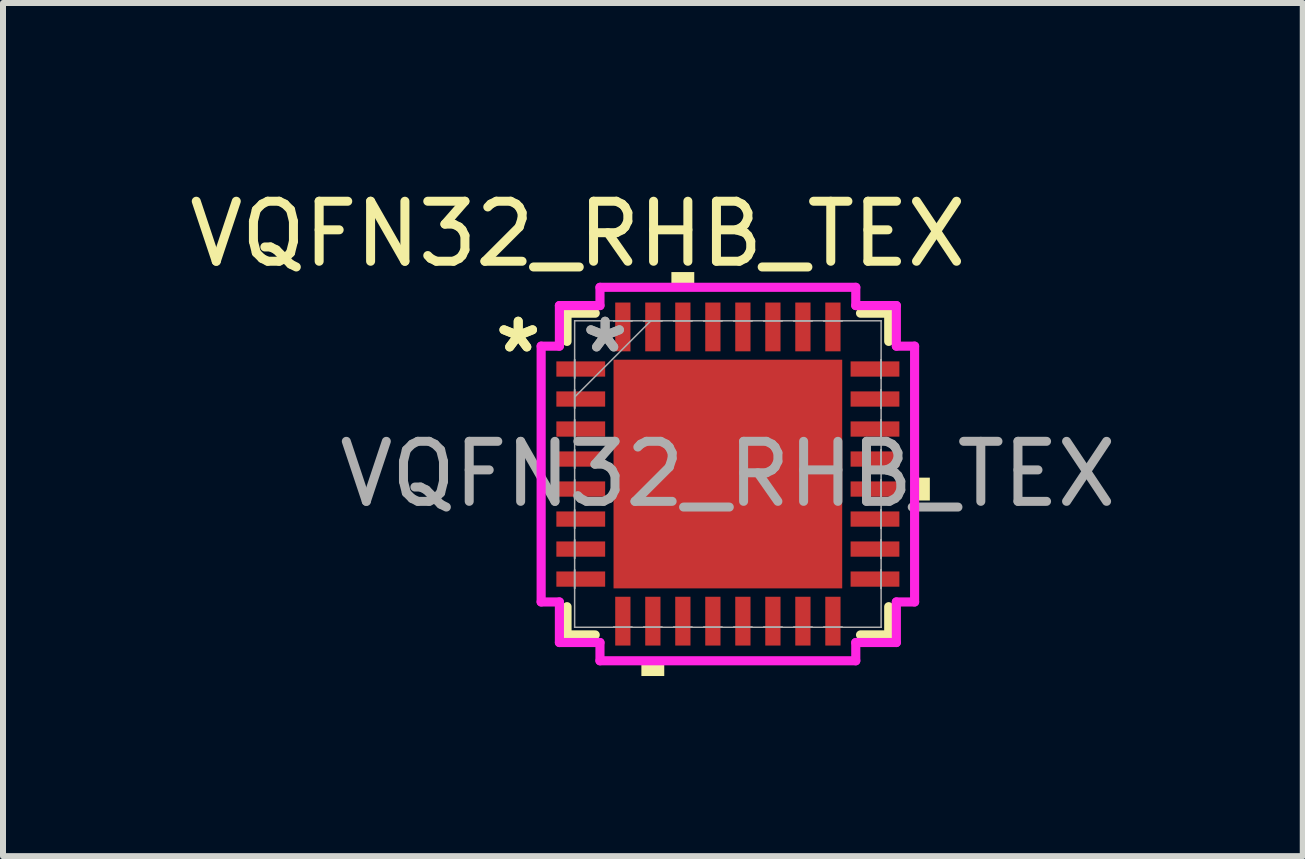
<source format=kicad_pcb>
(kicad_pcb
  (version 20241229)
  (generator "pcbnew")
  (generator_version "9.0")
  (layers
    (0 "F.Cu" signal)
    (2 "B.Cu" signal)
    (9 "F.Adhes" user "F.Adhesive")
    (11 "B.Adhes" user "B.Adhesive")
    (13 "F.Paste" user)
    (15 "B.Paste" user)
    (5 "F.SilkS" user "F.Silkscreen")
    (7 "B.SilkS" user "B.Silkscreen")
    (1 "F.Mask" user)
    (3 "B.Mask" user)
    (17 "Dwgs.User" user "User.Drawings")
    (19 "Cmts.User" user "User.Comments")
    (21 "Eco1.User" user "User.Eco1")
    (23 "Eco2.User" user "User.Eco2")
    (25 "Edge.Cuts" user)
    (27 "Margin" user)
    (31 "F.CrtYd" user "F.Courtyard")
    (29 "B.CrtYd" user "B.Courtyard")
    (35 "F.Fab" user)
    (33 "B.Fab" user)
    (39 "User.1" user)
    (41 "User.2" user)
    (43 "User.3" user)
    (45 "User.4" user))
  (footprint "VQFN32_RHB_TEX"
    (layer "F.Cu")
    (at 9.077 4.848)
    (property "Reference" "VQFN32_RHB_TEX" (at -2.5 -4 0) (unlocked yes) (layer "F.SilkS") (effects (font (size 1 1) (thickness 0.15))))
    (attr smd)
    (fp_line (start -2.68 -2.68) (end -2.68 -2.21) (stroke (width 0.152) (type solid)) (layer "F.SilkS"))
    (fp_line (start -2.68 2.21) (end -2.68 2.68) (stroke (width 0.152) (type solid)) (layer "F.SilkS"))
    (fp_line (start -2.68 2.68) (end -2.21 2.68) (stroke (width 0.152) (type solid)) (layer "F.SilkS"))
    (fp_line (start -2.21 -2.68) (end -2.68 -2.68) (stroke (width 0.152) (type solid)) (layer "F.SilkS"))
    (fp_line (start 2.21 2.68) (end 2.68 2.68) (stroke (width 0.152) (type solid)) (layer "F.SilkS"))
    (fp_line (start 2.68 -2.68) (end 2.21 -2.68) (stroke (width 0.152) (type solid)) (layer "F.SilkS"))
    (fp_line (start 2.68 -2.21) (end 2.68 -2.68) (stroke (width 0.152) (type solid)) (layer "F.SilkS"))
    (fp_line (start 2.68 2.68) (end 2.68 2.21) (stroke (width 0.152) (type solid)) (layer "F.SilkS"))
    (fp_poly (pts (xy -1.441 3.111) (xy -1.441 3.365) (xy -1.06 3.365) (xy -1.06 3.111)) (stroke (width 0) (type solid)) (fill yes) (layer "F.SilkS"))
    (fp_poly (pts (xy -0.941 -3.111) (xy -0.941 -3.365) (xy -0.56 -3.365) (xy -0.56 -3.111)) (stroke (width 0) (type solid)) (fill yes) (layer "F.SilkS"))
    (fp_poly (pts (xy 3.365 0.06) (xy 3.365 0.441) (xy 3.111 0.441) (xy 3.111 0.06)) (stroke (width 0) (type solid)) (fill yes) (layer "F.SilkS"))
    (fp_poly (pts (xy -1.805 -1.805) (xy -1.805 -0.735) (xy -0.735 -0.735) (xy -0.735 -1.805)) (stroke (width 0) (type solid)) (fill yes) (layer "F.Paste"))
    (fp_poly (pts (xy -1.805 -0.535) (xy -1.805 0.535) (xy -0.735 0.535) (xy -0.735 -0.535)) (stroke (width 0) (type solid)) (fill yes) (layer "F.Paste"))
    (fp_poly (pts (xy -1.805 0.735) (xy -1.805 1.805) (xy -0.735 1.805) (xy -0.735 0.735)) (stroke (width 0) (type solid)) (fill yes) (layer "F.Paste"))
    (fp_poly (pts (xy -0.535 -1.805) (xy -0.535 -0.735) (xy 0.535 -0.735) (xy 0.535 -1.805)) (stroke (width 0) (type solid)) (fill yes) (layer "F.Paste"))
    (fp_poly (pts (xy -0.535 -0.535) (xy -0.535 0.535) (xy 0.535 0.535) (xy 0.535 -0.535)) (stroke (width 0) (type solid)) (fill yes) (layer "F.Paste"))
    (fp_poly (pts (xy -0.535 0.735) (xy -0.535 1.805) (xy 0.535 1.805) (xy 0.535 0.735)) (stroke (width 0) (type solid)) (fill yes) (layer "F.Paste"))
    (fp_poly (pts (xy 0.735 -1.805) (xy 0.735 -0.735) (xy 1.805 -0.735) (xy 1.805 -1.805)) (stroke (width 0) (type solid)) (fill yes) (layer "F.Paste"))
    (fp_poly (pts (xy 0.735 -0.535) (xy 0.735 0.535) (xy 1.805 0.535) (xy 1.805 -0.535)) (stroke (width 0) (type solid)) (fill yes) (layer "F.Paste"))
    (fp_poly (pts (xy 0.735 0.735) (xy 0.735 1.805) (xy 1.805 1.805) (xy 1.805 0.735)) (stroke (width 0) (type solid)) (fill yes) (layer "F.Paste"))
    (fp_line (start -3.111 -2.131) (end -2.807 -2.131) (stroke (width 0.152) (type solid)) (layer "F.CrtYd"))
    (fp_line (start -3.111 2.131) (end -3.111 -2.131) (stroke (width 0.152) (type solid)) (layer "F.CrtYd"))
    (fp_line (start -2.807 -2.807) (end -2.131 -2.807) (stroke (width 0.152) (type solid)) (layer "F.CrtYd"))
    (fp_line (start -2.807 -2.131) (end -2.807 -2.807) (stroke (width 0.152) (type solid)) (layer "F.CrtYd"))
    (fp_line (start -2.807 2.131) (end -3.111 2.131) (stroke (width 0.152) (type solid)) (layer "F.CrtYd"))
    (fp_line (start -2.807 2.807) (end -2.807 2.131) (stroke (width 0.152) (type solid)) (layer "F.CrtYd"))
    (fp_line (start -2.131 -3.111) (end 2.131 -3.111) (stroke (width 0.152) (type solid)) (layer "F.CrtYd"))
    (fp_line (start -2.131 -2.807) (end -2.131 -3.111) (stroke (width 0.152) (type solid)) (layer "F.CrtYd"))
    (fp_line (start -2.131 2.807) (end -2.807 2.807) (stroke (width 0.152) (type solid)) (layer "F.CrtYd"))
    (fp_line (start -2.131 3.111) (end -2.131 2.807) (stroke (width 0.152) (type solid)) (layer "F.CrtYd"))
    (fp_line (start 2.131 -3.111) (end 2.131 -2.807) (stroke (width 0.152) (type solid)) (layer "F.CrtYd"))
    (fp_line (start 2.131 -2.807) (end 2.807 -2.807) (stroke (width 0.152) (type solid)) (layer "F.CrtYd"))
    (fp_line (start 2.131 2.807) (end 2.131 3.111) (stroke (width 0.152) (type solid)) (layer "F.CrtYd"))
    (fp_line (start 2.131 3.111) (end -2.131 3.111) (stroke (width 0.152) (type solid)) (layer "F.CrtYd"))
    (fp_line (start 2.807 -2.807) (end 2.807 -2.131) (stroke (width 0.152) (type solid)) (layer "F.CrtYd"))
    (fp_line (start 2.807 -2.131) (end 3.111 -2.131) (stroke (width 0.152) (type solid)) (layer "F.CrtYd"))
    (fp_line (start 2.807 2.131) (end 2.807 2.807) (stroke (width 0.152) (type solid)) (layer "F.CrtYd"))
    (fp_line (start 2.807 2.807) (end 2.131 2.807) (stroke (width 0.152) (type solid)) (layer "F.CrtYd"))
    (fp_line (start 3.111 -2.131) (end 3.111 2.131) (stroke (width 0.152) (type solid)) (layer "F.CrtYd"))
    (fp_line (start 3.111 2.131) (end 2.807 2.131) (stroke (width 0.152) (type solid)) (layer "F.CrtYd"))
    (fp_line (start -2.553 -2.553) (end -2.553 -2.553) (stroke (width 0.025) (type solid)) (layer "F.Fab"))
    (fp_line (start -2.553 -2.553) (end -2.553 2.553) (stroke (width 0.025) (type solid)) (layer "F.Fab"))
    (fp_line (start -2.553 -1.903) (end -2.553 -1.903) (stroke (width 0.025) (type solid)) (layer "F.Fab"))
    (fp_line (start -2.553 -1.903) (end -2.553 -1.598) (stroke (width 0.025) (type solid)) (layer "F.Fab"))
    (fp_line (start -2.553 -1.598) (end -2.553 -1.903) (stroke (width 0.025) (type solid)) (layer "F.Fab"))
    (fp_line (start -2.553 -1.598) (end -2.553 -1.598) (stroke (width 0.025) (type solid)) (layer "F.Fab"))
    (fp_line (start -2.553 -1.403) (end -2.553 -1.403) (stroke (width 0.025) (type solid)) (layer "F.Fab"))
    (fp_line (start -2.553 -1.403) (end -2.553 -1.098) (stroke (width 0.025) (type solid)) (layer "F.Fab"))
    (fp_line (start -2.553 -1.283) (end -1.283 -2.553) (stroke (width 0.025) (type solid)) (layer "F.Fab"))
    (fp_line (start -2.553 -1.098) (end -2.553 -1.403) (stroke (width 0.025) (type solid)) (layer "F.Fab"))
    (fp_line (start -2.553 -1.098) (end -2.553 -1.098) (stroke (width 0.025) (type solid)) (layer "F.Fab"))
    (fp_line (start -2.553 -0.903) (end -2.553 -0.903) (stroke (width 0.025) (type solid)) (layer "F.Fab"))
    (fp_line (start -2.553 -0.903) (end -2.553 -0.598) (stroke (width 0.025) (type solid)) (layer "F.Fab"))
    (fp_line (start -2.553 -0.598) (end -2.553 -0.903) (stroke (width 0.025) (type solid)) (layer "F.Fab"))
    (fp_line (start -2.553 -0.598) (end -2.553 -0.598) (stroke (width 0.025) (type solid)) (layer "F.Fab"))
    (fp_line (start -2.553 -0.402) (end -2.553 -0.402) (stroke (width 0.025) (type solid)) (layer "F.Fab"))
    (fp_line (start -2.553 -0.402) (end -2.553 -0.098) (stroke (width 0.025) (type solid)) (layer "F.Fab"))
    (fp_line (start -2.553 -0.098) (end -2.553 -0.402) (stroke (width 0.025) (type solid)) (layer "F.Fab"))
    (fp_line (start -2.553 -0.098) (end -2.553 -0.098) (stroke (width 0.025) (type solid)) (layer "F.Fab"))
    (fp_line (start -2.553 0.098) (end -2.553 0.098) (stroke (width 0.025) (type solid)) (layer "F.Fab"))
    (fp_line (start -2.553 0.098) (end -2.553 0.402) (stroke (width 0.025) (type solid)) (layer "F.Fab"))
    (fp_line (start -2.553 0.402) (end -2.553 0.098) (stroke (width 0.025) (type solid)) (layer "F.Fab"))
    (fp_line (start -2.553 0.402) (end -2.553 0.402) (stroke (width 0.025) (type solid)) (layer "F.Fab"))
    (fp_line (start -2.553 0.598) (end -2.553 0.598) (stroke (width 0.025) (type solid)) (layer "F.Fab"))
    (fp_line (start -2.553 0.598) (end -2.553 0.903) (stroke (width 0.025) (type solid)) (layer "F.Fab"))
    (fp_line (start -2.553 0.903) (end -2.553 0.598) (stroke (width 0.025) (type solid)) (layer "F.Fab"))
    (fp_line (start -2.553 0.903) (end -2.553 0.903) (stroke (width 0.025) (type solid)) (layer "F.Fab"))
    (fp_line (start -2.553 1.098) (end -2.553 1.098) (stroke (width 0.025) (type solid)) (layer "F.Fab"))
    (fp_line (start -2.553 1.098) (end -2.553 1.403) (stroke (width 0.025) (type solid)) (layer "F.Fab"))
    (fp_line (start -2.553 1.403) (end -2.553 1.098) (stroke (width 0.025) (type solid)) (layer "F.Fab"))
    (fp_line (start -2.553 1.403) (end -2.553 1.403) (stroke (width 0.025) (type solid)) (layer "F.Fab"))
    (fp_line (start -2.553 1.598) (end -2.553 1.598) (stroke (width 0.025) (type solid)) (layer "F.Fab"))
    (fp_line (start -2.553 1.598) (end -2.553 1.903) (stroke (width 0.025) (type solid)) (layer "F.Fab"))
    (fp_line (start -2.553 1.903) (end -2.553 1.598) (stroke (width 0.025) (type solid)) (layer "F.Fab"))
    (fp_line (start -2.553 1.903) (end -2.553 1.903) (stroke (width 0.025) (type solid)) (layer "F.Fab"))
    (fp_line (start -2.553 2.553) (end -2.553 2.553) (stroke (width 0.025) (type solid)) (layer "F.Fab"))
    (fp_line (start -2.553 2.553) (end 2.553 2.553) (stroke (width 0.025) (type solid)) (layer "F.Fab"))
    (fp_line (start -1.903 -2.553) (end -1.903 -2.553) (stroke (width 0.025) (type solid)) (layer "F.Fab"))
    (fp_line (start -1.903 -2.553) (end -1.598 -2.553) (stroke (width 0.025) (type solid)) (layer "F.Fab"))
    (fp_line (start -1.903 2.553) (end -1.903 2.553) (stroke (width 0.025) (type solid)) (layer "F.Fab"))
    (fp_line (start -1.903 2.553) (end -1.598 2.553) (stroke (width 0.025) (type solid)) (layer "F.Fab"))
    (fp_line (start -1.598 -2.553) (end -1.903 -2.553) (stroke (width 0.025) (type solid)) (layer "F.Fab"))
    (fp_line (start -1.598 -2.553) (end -1.598 -2.553) (stroke (width 0.025) (type solid)) (layer "F.Fab"))
    (fp_line (start -1.598 2.553) (end -1.903 2.553) (stroke (width 0.025) (type solid)) (layer "F.Fab"))
    (fp_line (start -1.598 2.553) (end -1.598 2.553) (stroke (width 0.025) (type solid)) (layer "F.Fab"))
    (fp_line (start -1.403 -2.553) (end -1.403 -2.553) (stroke (width 0.025) (type solid)) (layer "F.Fab"))
    (fp_line (start -1.403 -2.553) (end -1.098 -2.553) (stroke (width 0.025) (type solid)) (layer "F.Fab"))
    (fp_line (start -1.403 2.553) (end -1.403 2.553) (stroke (width 0.025) (type solid)) (layer "F.Fab"))
    (fp_line (start -1.403 2.553) (end -1.098 2.553) (stroke (width 0.025) (type solid)) (layer "F.Fab"))
    (fp_line (start -1.098 -2.553) (end -1.403 -2.553) (stroke (width 0.025) (type solid)) (layer "F.Fab"))
    (fp_line (start -1.098 -2.553) (end -1.098 -2.553) (stroke (width 0.025) (type solid)) (layer "F.Fab"))
    (fp_line (start -1.098 2.553) (end -1.403 2.553) (stroke (width 0.025) (type solid)) (layer "F.Fab"))
    (fp_line (start -1.098 2.553) (end -1.098 2.553) (stroke (width 0.025) (type solid)) (layer "F.Fab"))
    (fp_line (start -0.903 -2.553) (end -0.903 -2.553) (stroke (width 0.025) (type solid)) (layer "F.Fab"))
    (fp_line (start -0.903 -2.553) (end -0.598 -2.553) (stroke (width 0.025) (type solid)) (layer "F.Fab"))
    (fp_line (start -0.903 2.553) (end -0.903 2.553) (stroke (width 0.025) (type solid)) (layer "F.Fab"))
    (fp_line (start -0.903 2.553) (end -0.598 2.553) (stroke (width 0.025) (type solid)) (layer "F.Fab"))
    (fp_line (start -0.598 -2.553) (end -0.903 -2.553) (stroke (width 0.025) (type solid)) (layer "F.Fab"))
    (fp_line (start -0.598 -2.553) (end -0.598 -2.553) (stroke (width 0.025) (type solid)) (layer "F.Fab"))
    (fp_line (start -0.598 2.553) (end -0.903 2.553) (stroke (width 0.025) (type solid)) (layer "F.Fab"))
    (fp_line (start -0.598 2.553) (end -0.598 2.553) (stroke (width 0.025) (type solid)) (layer "F.Fab"))
    (fp_line (start -0.402 -2.553) (end -0.402 -2.553) (stroke (width 0.025) (type solid)) (layer "F.Fab"))
    (fp_line (start -0.402 -2.553) (end -0.098 -2.553) (stroke (width 0.025) (type solid)) (layer "F.Fab"))
    (fp_line (start -0.402 2.553) (end -0.402 2.553) (stroke (width 0.025) (type solid)) (layer "F.Fab"))
    (fp_line (start -0.402 2.553) (end -0.098 2.553) (stroke (width 0.025) (type solid)) (layer "F.Fab"))
    (fp_line (start -0.098 -2.553) (end -0.402 -2.553) (stroke (width 0.025) (type solid)) (layer "F.Fab"))
    (fp_line (start -0.098 -2.553) (end -0.098 -2.553) (stroke (width 0.025) (type solid)) (layer "F.Fab"))
    (fp_line (start -0.098 2.553) (end -0.402 2.553) (stroke (width 0.025) (type solid)) (layer "F.Fab"))
    (fp_line (start -0.098 2.553) (end -0.098 2.553) (stroke (width 0.025) (type solid)) (layer "F.Fab"))
    (fp_line (start 0.098 -2.553) (end 0.098 -2.553) (stroke (width 0.025) (type solid)) (layer "F.Fab"))
    (fp_line (start 0.098 -2.553) (end 0.402 -2.553) (stroke (width 0.025) (type solid)) (layer "F.Fab"))
    (fp_line (start 0.098 2.553) (end 0.098 2.553) (stroke (width 0.025) (type solid)) (layer "F.Fab"))
    (fp_line (start 0.098 2.553) (end 0.402 2.553) (stroke (width 0.025) (type solid)) (layer "F.Fab"))
    (fp_line (start 0.402 -2.553) (end 0.098 -2.553) (stroke (width 0.025) (type solid)) (layer "F.Fab"))
    (fp_line (start 0.402 -2.553) (end 0.402 -2.553) (stroke (width 0.025) (type solid)) (layer "F.Fab"))
    (fp_line (start 0.402 2.553) (end 0.098 2.553) (stroke (width 0.025) (type solid)) (layer "F.Fab"))
    (fp_line (start 0.402 2.553) (end 0.402 2.553) (stroke (width 0.025) (type solid)) (layer "F.Fab"))
    (fp_line (start 0.598 -2.553) (end 0.598 -2.553) (stroke (width 0.025) (type solid)) (layer "F.Fab"))
    (fp_line (start 0.598 -2.553) (end 0.903 -2.553) (stroke (width 0.025) (type solid)) (layer "F.Fab"))
    (fp_line (start 0.598 2.553) (end 0.598 2.553) (stroke (width 0.025) (type solid)) (layer "F.Fab"))
    (fp_line (start 0.598 2.553) (end 0.903 2.553) (stroke (width 0.025) (type solid)) (layer "F.Fab"))
    (fp_line (start 0.903 -2.553) (end 0.598 -2.553) (stroke (width 0.025) (type solid)) (layer "F.Fab"))
    (fp_line (start 0.903 -2.553) (end 0.903 -2.553) (stroke (width 0.025) (type solid)) (layer "F.Fab"))
    (fp_line (start 0.903 2.553) (end 0.598 2.553) (stroke (width 0.025) (type solid)) (layer "F.Fab"))
    (fp_line (start 0.903 2.553) (end 0.903 2.553) (stroke (width 0.025) (type solid)) (layer "F.Fab"))
    (fp_line (start 1.098 -2.553) (end 1.098 -2.553) (stroke (width 0.025) (type solid)) (layer "F.Fab"))
    (fp_line (start 1.098 -2.553) (end 1.403 -2.553) (stroke (width 0.025) (type solid)) (layer "F.Fab"))
    (fp_line (start 1.098 2.553) (end 1.098 2.553) (stroke (width 0.025) (type solid)) (layer "F.Fab"))
    (fp_line (start 1.098 2.553) (end 1.403 2.553) (stroke (width 0.025) (type solid)) (layer "F.Fab"))
    (fp_line (start 1.403 -2.553) (end 1.098 -2.553) (stroke (width 0.025) (type solid)) (layer "F.Fab"))
    (fp_line (start 1.403 -2.553) (end 1.403 -2.553) (stroke (width 0.025) (type solid)) (layer "F.Fab"))
    (fp_line (start 1.403 2.553) (end 1.098 2.553) (stroke (width 0.025) (type solid)) (layer "F.Fab"))
    (fp_line (start 1.403 2.553) (end 1.403 2.553) (stroke (width 0.025) (type solid)) (layer "F.Fab"))
    (fp_line (start 1.598 -2.553) (end 1.598 -2.553) (stroke (width 0.025) (type solid)) (layer "F.Fab"))
    (fp_line (start 1.598 -2.553) (end 1.903 -2.553) (stroke (width 0.025) (type solid)) (layer "F.Fab"))
    (fp_line (start 1.598 2.553) (end 1.598 2.553) (stroke (width 0.025) (type solid)) (layer "F.Fab"))
    (fp_line (start 1.598 2.553) (end 1.903 2.553) (stroke (width 0.025) (type solid)) (layer "F.Fab"))
    (fp_line (start 1.903 -2.553) (end 1.598 -2.553) (stroke (width 0.025) (type solid)) (layer "F.Fab"))
    (fp_line (start 1.903 -2.553) (end 1.903 -2.553) (stroke (width 0.025) (type solid)) (layer "F.Fab"))
    (fp_line (start 1.903 2.553) (end 1.598 2.553) (stroke (width 0.025) (type solid)) (layer "F.Fab"))
    (fp_line (start 1.903 2.553) (end 1.903 2.553) (stroke (width 0.025) (type solid)) (layer "F.Fab"))
    (fp_line (start 2.553 -2.553) (end -2.553 -2.553) (stroke (width 0.025) (type solid)) (layer "F.Fab"))
    (fp_line (start 2.553 -2.553) (end 2.553 -2.553) (stroke (width 0.025) (type solid)) (layer "F.Fab"))
    (fp_line (start 2.553 -1.903) (end 2.553 -1.903) (stroke (width 0.025) (type solid)) (layer "F.Fab"))
    (fp_line (start 2.553 -1.903) (end 2.553 -1.598) (stroke (width 0.025) (type solid)) (layer "F.Fab"))
    (fp_line (start 2.553 -1.598) (end 2.553 -1.903) (stroke (width 0.025) (type solid)) (layer "F.Fab"))
    (fp_line (start 2.553 -1.598) (end 2.553 -1.598) (stroke (width 0.025) (type solid)) (layer "F.Fab"))
    (fp_line (start 2.553 -1.403) (end 2.553 -1.403) (stroke (width 0.025) (type solid)) (layer "F.Fab"))
    (fp_line (start 2.553 -1.403) (end 2.553 -1.098) (stroke (width 0.025) (type solid)) (layer "F.Fab"))
    (fp_line (start 2.553 -1.098) (end 2.553 -1.403) (stroke (width 0.025) (type solid)) (layer "F.Fab"))
    (fp_line (start 2.553 -1.098) (end 2.553 -1.098) (stroke (width 0.025) (type solid)) (layer "F.Fab"))
    (fp_line (start 2.553 -0.903) (end 2.553 -0.903) (stroke (width 0.025) (type solid)) (layer "F.Fab"))
    (fp_line (start 2.553 -0.903) (end 2.553 -0.598) (stroke (width 0.025) (type solid)) (layer "F.Fab"))
    (fp_line (start 2.553 -0.598) (end 2.553 -0.903) (stroke (width 0.025) (type solid)) (layer "F.Fab"))
    (fp_line (start 2.553 -0.598) (end 2.553 -0.598) (stroke (width 0.025) (type solid)) (layer "F.Fab"))
    (fp_line (start 2.553 -0.402) (end 2.553 -0.402) (stroke (width 0.025) (type solid)) (layer "F.Fab"))
    (fp_line (start 2.553 -0.402) (end 2.553 -0.098) (stroke (width 0.025) (type solid)) (layer "F.Fab"))
    (fp_line (start 2.553 -0.098) (end 2.553 -0.402) (stroke (width 0.025) (type solid)) (layer "F.Fab"))
    (fp_line (start 2.553 -0.098) (end 2.553 -0.098) (stroke (width 0.025) (type solid)) (layer "F.Fab"))
    (fp_line (start 2.553 0.098) (end 2.553 0.098) (stroke (width 0.025) (type solid)) (layer "F.Fab"))
    (fp_line (start 2.553 0.098) (end 2.553 0.402) (stroke (width 0.025) (type solid)) (layer "F.Fab"))
    (fp_line (start 2.553 0.402) (end 2.553 0.098) (stroke (width 0.025) (type solid)) (layer "F.Fab"))
    (fp_line (start 2.553 0.402) (end 2.553 0.402) (stroke (width 0.025) (type solid)) (layer "F.Fab"))
    (fp_line (start 2.553 0.598) (end 2.553 0.598) (stroke (width 0.025) (type solid)) (layer "F.Fab"))
    (fp_line (start 2.553 0.598) (end 2.553 0.903) (stroke (width 0.025) (type solid)) (layer "F.Fab"))
    (fp_line (start 2.553 0.903) (end 2.553 0.598) (stroke (width 0.025) (type solid)) (layer "F.Fab"))
    (fp_line (start 2.553 0.903) (end 2.553 0.903) (stroke (width 0.025) (type solid)) (layer "F.Fab"))
    (fp_line (start 2.553 1.098) (end 2.553 1.098) (stroke (width 0.025) (type solid)) (layer "F.Fab"))
    (fp_line (start 2.553 1.098) (end 2.553 1.403) (stroke (width 0.025) (type solid)) (layer "F.Fab"))
    (fp_line (start 2.553 1.403) (end 2.553 1.098) (stroke (width 0.025) (type solid)) (layer "F.Fab"))
    (fp_line (start 2.553 1.403) (end 2.553 1.403) (stroke (width 0.025) (type solid)) (layer "F.Fab"))
    (fp_line (start 2.553 1.598) (end 2.553 1.598) (stroke (width 0.025) (type solid)) (layer "F.Fab"))
    (fp_line (start 2.553 1.598) (end 2.553 1.903) (stroke (width 0.025) (type solid)) (layer "F.Fab"))
    (fp_line (start 2.553 1.903) (end 2.553 1.598) (stroke (width 0.025) (type solid)) (layer "F.Fab"))
    (fp_line (start 2.553 1.903) (end 2.553 1.903) (stroke (width 0.025) (type solid)) (layer "F.Fab"))
    (fp_line (start 2.553 2.553) (end 2.553 -2.553) (stroke (width 0.025) (type solid)) (layer "F.Fab"))
    (fp_line (start 2.553 2.553) (end 2.553 2.553) (stroke (width 0.025) (type solid)) (layer "F.Fab"))
    (fp_text user "*" (at -3.493 -2.001 0) (unlocked yes) (layer "F.SilkS") (effects (font (size 1 1) (thickness 0.15))))
    (fp_text user "*" (at -3.493 -2.001 0) (layer "F.SilkS") (effects (font (size 1 1) (thickness 0.15))))
    (fp_text user "*" (at -2.045 -2.001 0) (layer "F.Fab") (effects (font (size 1 1) (thickness 0.15))))
    (fp_text user "${REFERENCE}" (at 0 0 0) (unlocked yes) (layer "F.Fab") (effects (font (size 1 1) (thickness 0.15))))
    (fp_text user "*" (at -2.045 -2.001 0) (unlocked yes) (layer "F.Fab") (effects (font (size 1 1) (thickness 0.15))))
    (pad "1" smd rect (at -2.451 -1.75 90) (size 0.254 0.813) (layers "F.Cu" "F.Mask" "F.Paste"))
    (pad "2" smd rect (at -2.451 -1.25 90) (size 0.254 0.813) (layers "F.Cu" "F.Mask" "F.Paste"))
    (pad "3" smd rect (at -2.451 -0.75 90) (size 0.254 0.813) (layers "F.Cu" "F.Mask" "F.Paste"))
    (pad "4" smd rect (at -2.451 -0.25 90) (size 0.254 0.813) (layers "F.Cu" "F.Mask" "F.Paste"))
    (pad "5" smd rect (at -2.451 0.25 90) (size 0.254 0.813) (layers "F.Cu" "F.Mask" "F.Paste"))
    (pad "6" smd rect (at -2.451 0.75 90) (size 0.254 0.813) (layers "F.Cu" "F.Mask" "F.Paste"))
    (pad "7" smd rect (at -2.451 1.25 90) (size 0.254 0.813) (layers "F.Cu" "F.Mask" "F.Paste"))
    (pad "8" smd rect (at -2.451 1.75 90) (size 0.254 0.813) (layers "F.Cu" "F.Mask" "F.Paste"))
    (pad "9" smd rect (at -1.75 2.451) (size 0.254 0.813) (layers "F.Cu" "F.Mask" "F.Paste"))
    (pad "10" smd rect (at -1.25 2.451) (size 0.254 0.813) (layers "F.Cu" "F.Mask" "F.Paste"))
    (pad "11" smd rect (at -0.75 2.451) (size 0.254 0.813) (layers "F.Cu" "F.Mask" "F.Paste"))
    (pad "12" smd rect (at -0.25 2.451) (size 0.254 0.813) (layers "F.Cu" "F.Mask" "F.Paste"))
    (pad "13" smd rect (at 0.25 2.451) (size 0.254 0.813) (layers "F.Cu" "F.Mask" "F.Paste"))
    (pad "14" smd rect (at 0.75 2.451) (size 0.254 0.813) (layers "F.Cu" "F.Mask" "F.Paste"))
    (pad "15" smd rect (at 1.25 2.451) (size 0.254 0.813) (layers "F.Cu" "F.Mask" "F.Paste"))
    (pad "16" smd rect (at 1.75 2.451) (size 0.254 0.813) (layers "F.Cu" "F.Mask" "F.Paste"))
    (pad "17" smd rect (at 2.451 1.75 90) (size 0.254 0.813) (layers "F.Cu" "F.Mask" "F.Paste"))
    (pad "18" smd rect (at 2.451 1.25 90) (size 0.254 0.813) (layers "F.Cu" "F.Mask" "F.Paste"))
    (pad "19" smd rect (at 2.451 0.75 90) (size 0.254 0.813) (layers "F.Cu" "F.Mask" "F.Paste"))
    (pad "20" smd rect (at 2.451 0.25 90) (size 0.254 0.813) (layers "F.Cu" "F.Mask" "F.Paste"))
    (pad "21" smd rect (at 2.451 -0.25 90) (size 0.254 0.813) (layers "F.Cu" "F.Mask" "F.Paste"))
    (pad "22" smd rect (at 2.451 -0.75 90) (size 0.254 0.813) (layers "F.Cu" "F.Mask" "F.Paste"))
    (pad "23" smd rect (at 2.451 -1.25 90) (size 0.254 0.813) (layers "F.Cu" "F.Mask" "F.Paste"))
    (pad "24" smd rect (at 2.451 -1.75 90) (size 0.254 0.813) (layers "F.Cu" "F.Mask" "F.Paste"))
    (pad "25" smd rect (at 1.75 -2.451) (size 0.254 0.813) (layers "F.Cu" "F.Mask" "F.Paste"))
    (pad "26" smd rect (at 1.25 -2.451) (size 0.254 0.813) (layers "F.Cu" "F.Mask" "F.Paste"))
    (pad "27" smd rect (at 0.75 -2.451) (size 0.254 0.813) (layers "F.Cu" "F.Mask" "F.Paste"))
    (pad "28" smd rect (at 0.25 -2.451) (size 0.254 0.813) (layers "F.Cu" "F.Mask" "F.Paste"))
    (pad "29" smd rect (at -0.25 -2.451) (size 0.254 0.813) (layers "F.Cu" "F.Mask" "F.Paste"))
    (pad "30" smd rect (at -0.75 -2.451) (size 0.254 0.813) (layers "F.Cu" "F.Mask" "F.Paste"))
    (pad "31" smd rect (at -1.25 -2.451) (size 0.254 0.813) (layers "F.Cu" "F.Mask" "F.Paste"))
    (pad "32" smd rect (at -1.75 -2.451) (size 0.254 0.813) (layers "F.Cu" "F.Mask" "F.Paste"))
    (pad "33" smd rect (at 0 0) (size 3.81 3.81) (layers "F.Cu" "F.Mask" "F.Paste")))
  (gr_rect
    (start -3 -3)
    (end 18.655 11.214)
    (stroke (width 0.1) (type default))
    (fill no)
    (layer "Edge.Cuts")))
</source>
